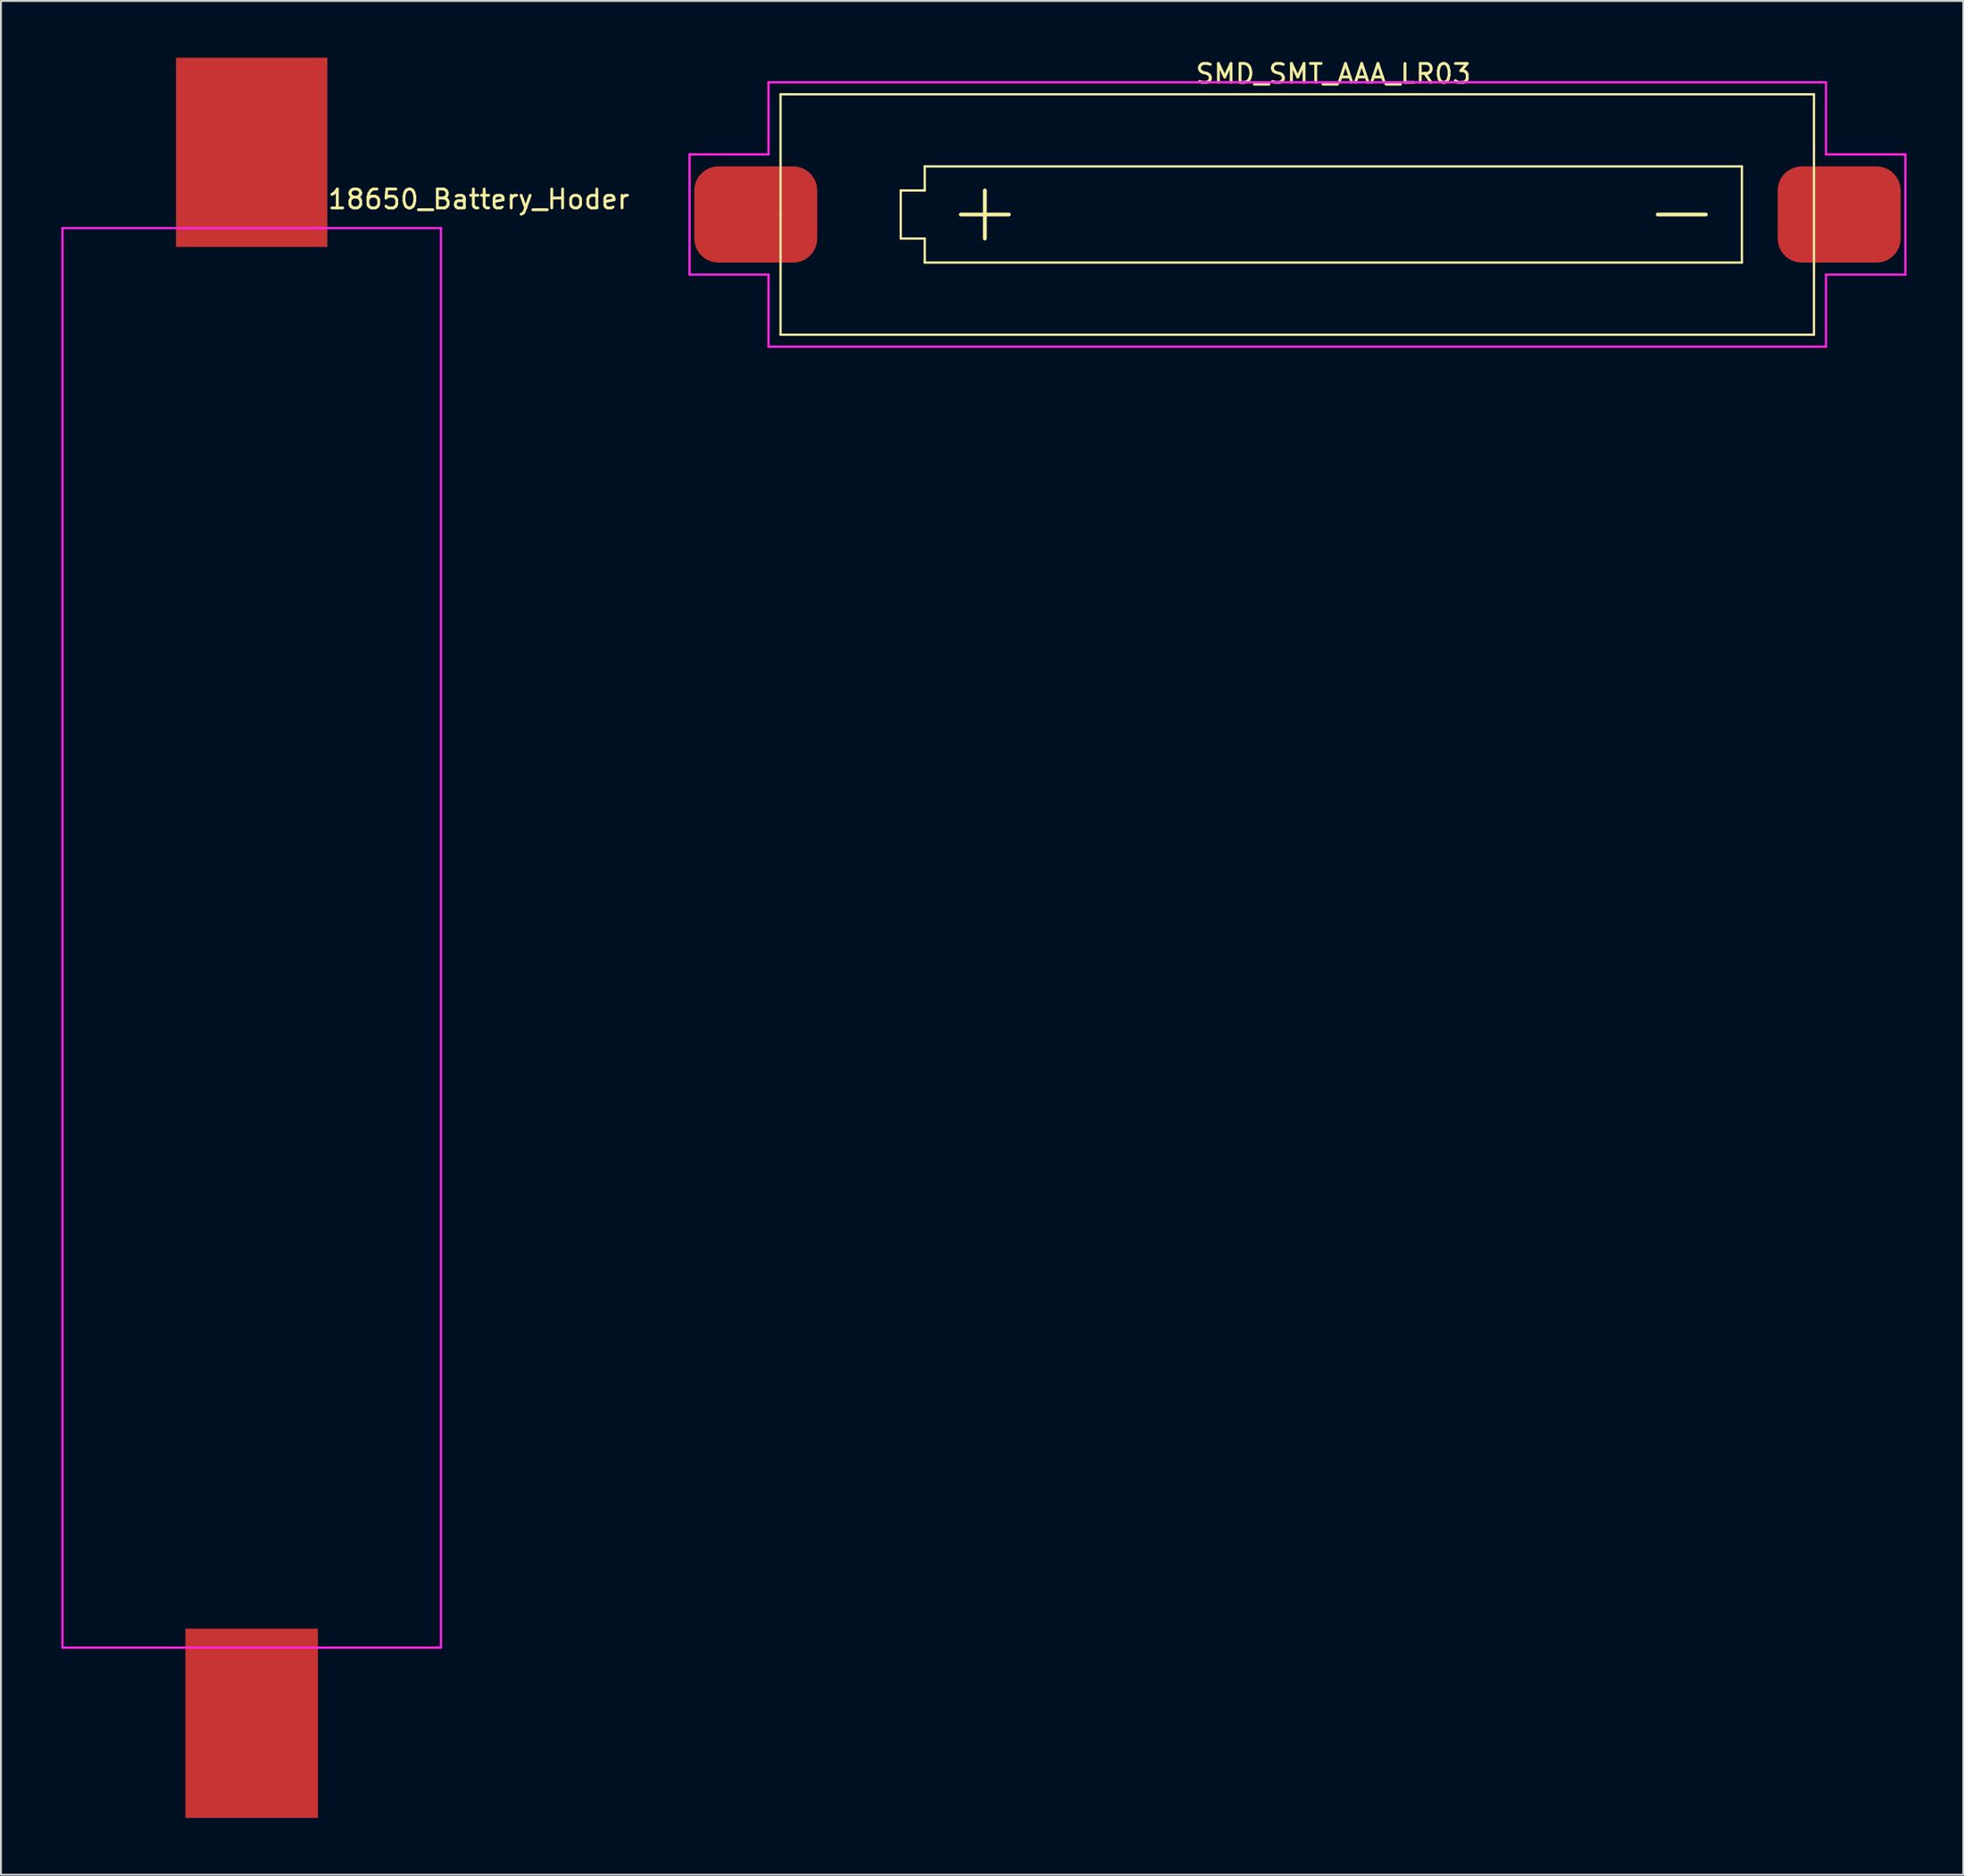
<source format=kicad_pcb>
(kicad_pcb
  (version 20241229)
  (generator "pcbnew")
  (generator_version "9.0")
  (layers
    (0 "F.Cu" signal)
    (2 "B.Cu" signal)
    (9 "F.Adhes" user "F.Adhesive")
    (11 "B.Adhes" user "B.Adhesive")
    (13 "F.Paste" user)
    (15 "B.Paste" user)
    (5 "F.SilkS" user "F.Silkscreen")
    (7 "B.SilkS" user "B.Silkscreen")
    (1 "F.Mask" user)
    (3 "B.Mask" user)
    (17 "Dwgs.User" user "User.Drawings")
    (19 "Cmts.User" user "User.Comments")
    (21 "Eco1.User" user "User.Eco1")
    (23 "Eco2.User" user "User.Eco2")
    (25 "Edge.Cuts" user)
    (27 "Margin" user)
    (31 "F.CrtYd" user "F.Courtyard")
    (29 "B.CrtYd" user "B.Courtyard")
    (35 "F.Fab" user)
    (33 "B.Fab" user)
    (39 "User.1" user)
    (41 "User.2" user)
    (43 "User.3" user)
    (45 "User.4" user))
  (footprint "SMD_SMT_AAA_LR03"
    (layer "F.Cu")
    (at 34.387 8.283)
    (property "Reference" "SMD_SMT_AAA_LR03" (at 33.02 -7.435 0) (layer "F.SilkS") (effects (font (size 1 1) (thickness 0.15))))
    (attr through_hole)
    (fp_line (start 3.81 -6.35) (end 58.42 -6.35) (stroke (width 0.12) (type solid)) (layer "F.SilkS"))
    (fp_line (start 3.81 0) (end 3.81 -6.35) (stroke (width 0.12) (type solid)) (layer "F.SilkS"))
    (fp_line (start 3.81 6.35) (end 3.81 0) (stroke (width 0.12) (type solid)) (layer "F.SilkS"))
    (fp_line (start 10.16 1.27) (end 10.16 -1.27) (stroke (width 0.12) (type solid)) (layer "F.SilkS"))
    (fp_line (start 11.43 -2.54) (end 11.43 -1.27) (stroke (width 0.12) (type solid)) (layer "F.SilkS"))
    (fp_line (start 11.43 -1.27) (end 10.16 -1.27) (stroke (width 0.12) (type solid)) (layer "F.SilkS"))
    (fp_line (start 11.43 1.27) (end 10.16 1.27) (stroke (width 0.12) (type solid)) (layer "F.SilkS"))
    (fp_line (start 11.43 2.54) (end 11.43 1.27) (stroke (width 0.12) (type solid)) (layer "F.SilkS"))
    (fp_line (start 13.335 0) (end 15.875 0) (stroke (width 0.203) (type solid)) (layer "F.SilkS"))
    (fp_line (start 14.605 -1.27) (end 14.605 1.27) (stroke (width 0.203) (type solid)) (layer "F.SilkS"))
    (fp_line (start 52.705 0) (end 50.165 0) (stroke (width 0.203) (type solid)) (layer "F.SilkS"))
    (fp_line (start 54.61 -2.54) (end 11.43 -2.54) (stroke (width 0.12) (type solid)) (layer "F.SilkS"))
    (fp_line (start 54.61 -2.54) (end 54.61 2.54) (stroke (width 0.12) (type solid)) (layer "F.SilkS"))
    (fp_line (start 54.61 2.54) (end 11.43 2.54) (stroke (width 0.12) (type solid)) (layer "F.SilkS"))
    (fp_line (start 58.42 -6.35) (end 58.42 6.35) (stroke (width 0.12) (type solid)) (layer "F.SilkS"))
    (fp_line (start 58.42 6.35) (end 3.81 6.35) (stroke (width 0.12) (type solid)) (layer "F.SilkS"))
    (fp_line (start -1 -3.175) (end 3.175 -3.175) (stroke (width 0.12) (type solid)) (layer "F.CrtYd"))
    (fp_line (start -1 3.175) (end -1 -3.175) (stroke (width 0.12) (type solid)) (layer "F.CrtYd"))
    (fp_line (start -1 3.175) (end 3.175 3.175) (stroke (width 0.12) (type solid)) (layer "F.CrtYd"))
    (fp_line (start 3.175 -6.985) (end 59.055 -6.985) (stroke (width 0.12) (type solid)) (layer "F.CrtYd"))
    (fp_line (start 3.175 -3.175) (end 3.175 -6.985) (stroke (width 0.12) (type solid)) (layer "F.CrtYd"))
    (fp_line (start 3.175 6.985) (end 3.175 3.175) (stroke (width 0.12) (type solid)) (layer "F.CrtYd"))
    (fp_line (start 59.055 -6.985) (end 59.055 -3.175) (stroke (width 0.12) (type solid)) (layer "F.CrtYd"))
    (fp_line (start 59.055 3.175) (end 59.055 6.985) (stroke (width 0.12) (type solid)) (layer "F.CrtYd"))
    (fp_line (start 59.055 3.175) (end 63.25 3.175) (stroke (width 0.12) (type solid)) (layer "F.CrtYd"))
    (fp_line (start 59.055 6.985) (end 3.175 6.985) (stroke (width 0.12) (type solid)) (layer "F.CrtYd"))
    (fp_line (start 63.25 -3.175) (end 59.055 -3.175) (stroke (width 0.12) (type solid)) (layer "F.CrtYd"))
    (fp_line (start 63.25 -3.175) (end 63.25 3.175) (stroke (width 0.12) (type solid)) (layer "F.CrtYd"))
    (pad "1" smd roundrect (at 2.5 0) (size 6.5 5.08) (layers "F.Cu" "F.Mask" "F.Paste") (roundrect_rratio 0.25))
    (pad "2" smd roundrect (at 59.75 0) (size 6.5 5.08) (layers "F.Cu" "F.Mask" "F.Paste") (roundrect_rratio 0.25)))
  (footprint "18650_Battery_Hoder"
    (layer "F.Cu")
    (at 0.25 84)
    (property "Reference" "18650_Battery_Hoder" (at 22 -76.52 0) (layer "F.SilkS") (effects (font (size 1 1) (thickness 0.15))))
    (attr through_hole)
    (fp_line (start 0 -75) (end 0 0) (stroke (width 0.12) (type solid)) (layer "F.CrtYd"))
    (fp_line (start 0 0) (end 20 0) (stroke (width 0.12) (type solid)) (layer "F.CrtYd"))
    (fp_line (start 20 -75) (end 0 -75) (stroke (width 0.12) (type solid)) (layer "F.CrtYd"))
    (fp_line (start 20 0) (end 20 -75) (stroke (width 0.12) (type solid)) (layer "F.CrtYd"))
    (pad "1" smd rect (at 10 4) (size 7 10) (layers "F.Cu" "F.Mask" "F.Paste"))
    (pad "2" smd rect (at 10 -79) (size 8 10) (layers "F.Cu" "F.Mask" "F.Paste")))
  (gr_rect
    (start -3 -3)
    (end 100.697 96)
    (stroke (width 0.1) (type default))
    (fill no)
    (layer "Edge.Cuts")))
</source>
